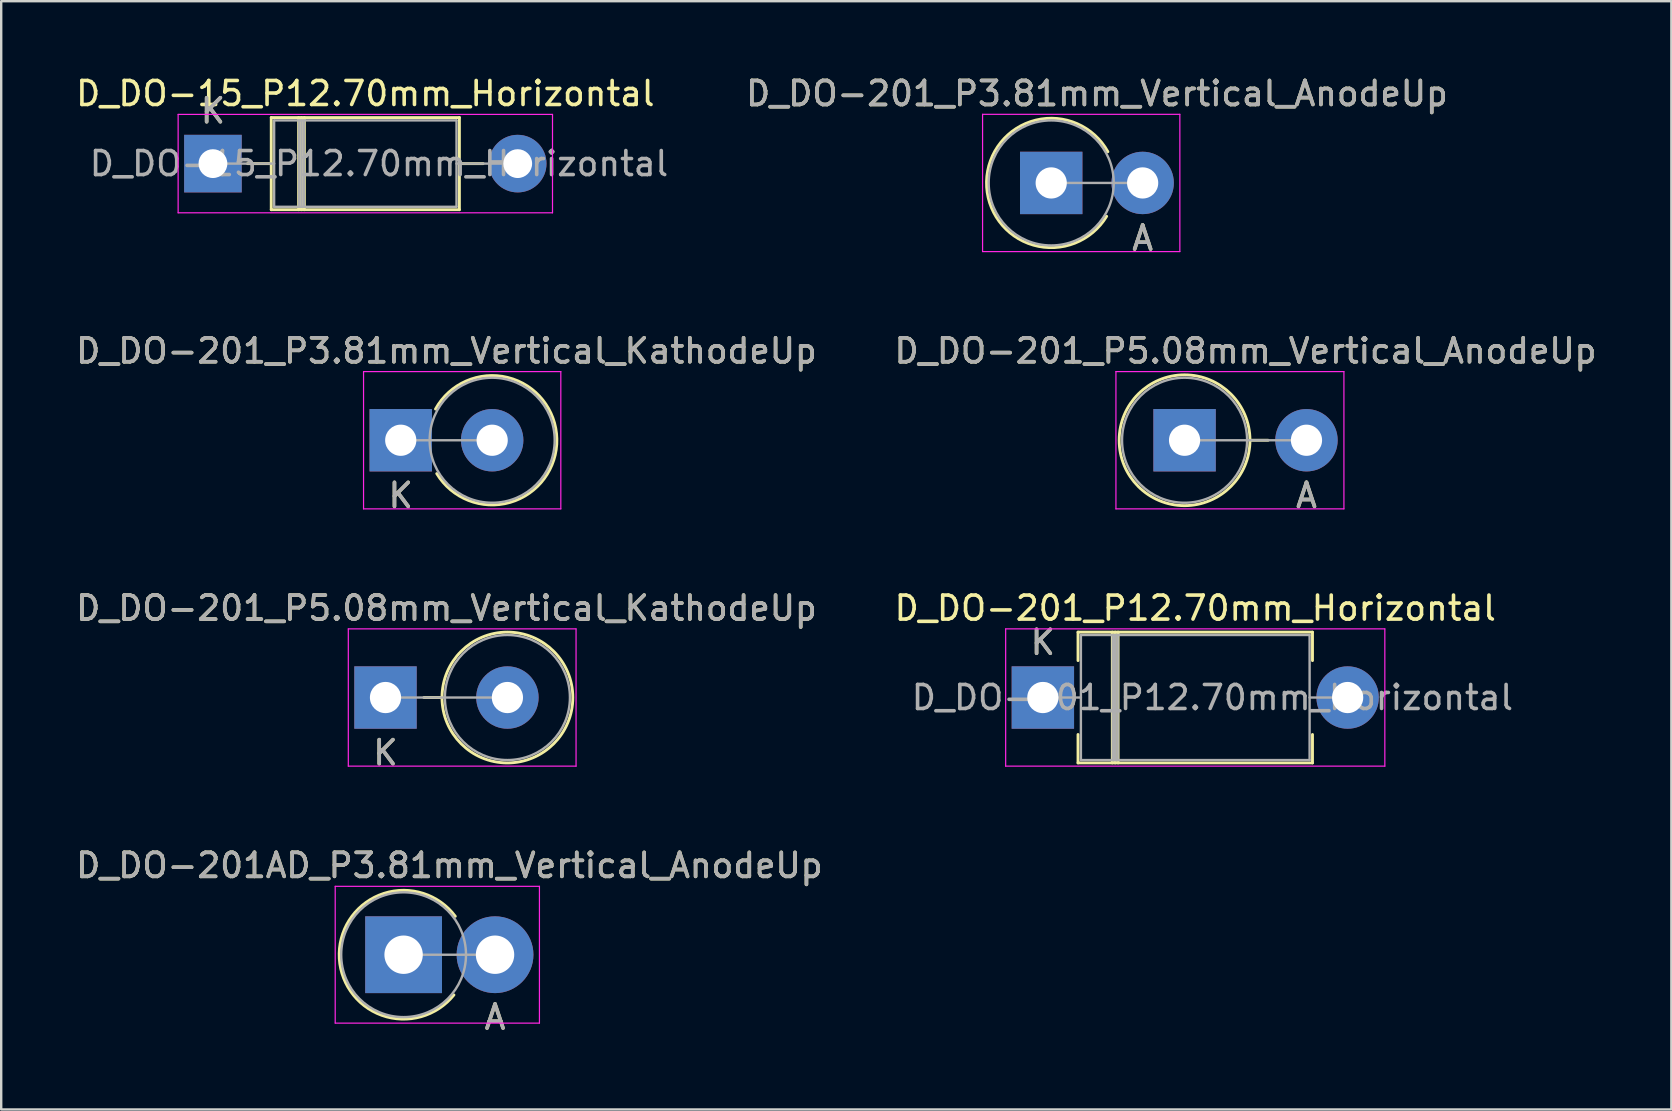
<source format=kicad_pcb>
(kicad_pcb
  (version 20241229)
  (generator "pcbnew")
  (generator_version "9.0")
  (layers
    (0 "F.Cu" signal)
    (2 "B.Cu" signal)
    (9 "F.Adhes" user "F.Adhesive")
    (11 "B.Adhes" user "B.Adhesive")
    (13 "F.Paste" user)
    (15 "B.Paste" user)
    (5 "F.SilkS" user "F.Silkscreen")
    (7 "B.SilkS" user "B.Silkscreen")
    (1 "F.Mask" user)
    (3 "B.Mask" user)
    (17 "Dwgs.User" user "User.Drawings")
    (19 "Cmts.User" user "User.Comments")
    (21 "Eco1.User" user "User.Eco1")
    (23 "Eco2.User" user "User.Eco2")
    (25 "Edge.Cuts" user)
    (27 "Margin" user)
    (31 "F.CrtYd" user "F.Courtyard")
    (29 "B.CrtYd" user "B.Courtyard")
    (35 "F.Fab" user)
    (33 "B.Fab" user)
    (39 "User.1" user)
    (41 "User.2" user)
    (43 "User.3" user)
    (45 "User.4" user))
  (footprint "D_DO-201_P5.08mm_Vertical_AnodeUp"
    (layer "F.Cu")
    (at 46.311 15.295)
    (property "Reference" "D_DO-201_P5.08mm_Vertical_AnodeUp" (at 2.54 -3.725 0) (layer "F.SilkS") (effects (font (size 1 1) (thickness 0.15))))
    (attr through_hole)
    (fp_line (start 2.725 0) (end 3.48 0) (stroke (width 0.12) (type solid)) (layer "F.SilkS"))
    (fp_circle (center 0 0) (end 2.725 0) (stroke (width 0.12) (type solid)) (fill no) (layer "F.SilkS"))
    (fp_line (start -2.86 -2.86) (end -2.86 2.86) (stroke (width 0.05) (type solid)) (layer "F.CrtYd"))
    (fp_line (start -2.86 2.86) (end 6.64 2.86) (stroke (width 0.05) (type solid)) (layer "F.CrtYd"))
    (fp_line (start 6.64 -2.86) (end -2.86 -2.86) (stroke (width 0.05) (type solid)) (layer "F.CrtYd"))
    (fp_line (start 6.64 2.86) (end 6.64 -2.86) (stroke (width 0.05) (type solid)) (layer "F.CrtYd"))
    (fp_line (start 0 0) (end 5.08 0) (stroke (width 0.1) (type solid)) (layer "F.Fab"))
    (fp_circle (center 0 0) (end 2.605 0) (stroke (width 0.1) (type solid)) (fill no) (layer "F.Fab"))
    (fp_text user "A" (at 5.08 2.3 0) (layer "F.SilkS") (effects (font (size 1 1) (thickness 0.15))))
    (fp_text user "A" (at 5.08 2.3 0) (layer "F.Fab") (effects (font (size 1 1) (thickness 0.15))))
    (fp_text user "${REFERENCE}" (at 2.54 -3.725 0) (layer "F.Fab") (effects (font (size 1 1) (thickness 0.15))))
    (pad "1" thru_hole rect (at 0 0) (size 2.6 2.6) (drill 1.3) (layers "*.Cu" "*.Mask"))
    (pad "2" thru_hole oval (at 5.08 0) (size 2.6 2.6) (drill 1.3) (layers "*.Cu" "*.Mask")))
  (footprint "D_DO-201_P3.81mm_Vertical_KathodeUp"
    (layer "F.Cu")
    (at 13.649 15.295)
    (property "Reference" "D_DO-201_P3.81mm_Vertical_KathodeUp" (at 1.905 -3.725 0) (layer "F.SilkS") (effects (font (size 1 1) (thickness 0.15))))
    (attr through_hole)
    (fp_arc (start 1.448639 -1.3) (mid 6.505054 -0.052035) (end 1.50058 1.390181) (stroke (width 0.12) (type solid)) (layer "F.SilkS"))
    (fp_line (start -1.55 -2.86) (end -1.55 2.86) (stroke (width 0.05) (type solid)) (layer "F.CrtYd"))
    (fp_line (start -1.55 2.86) (end 6.67 2.86) (stroke (width 0.05) (type solid)) (layer "F.CrtYd"))
    (fp_line (start 6.67 -2.86) (end -1.55 -2.86) (stroke (width 0.05) (type solid)) (layer "F.CrtYd"))
    (fp_line (start 6.67 2.86) (end 6.67 -2.86) (stroke (width 0.05) (type solid)) (layer "F.CrtYd"))
    (fp_line (start 0 0) (end 3.81 0) (stroke (width 0.1) (type solid)) (layer "F.Fab"))
    (fp_circle (center 3.81 0) (end 6.415 0) (stroke (width 0.1) (type solid)) (fill no) (layer "F.Fab"))
    (fp_text user "K" (at 0 2.3 0) (layer "F.SilkS") (effects (font (size 1 1) (thickness 0.15))))
    (fp_text user "${REFERENCE}" (at 1.905 -3.725 0) (layer "F.Fab") (effects (font (size 1 1) (thickness 0.15))))
    (fp_text user "K" (at 0 2.3 0) (layer "F.Fab") (effects (font (size 1 1) (thickness 0.15))))
    (pad "1" thru_hole rect (at 0 0) (size 2.6 2.6) (drill 1.3) (layers "*.Cu" "*.Mask"))
    (pad "2" thru_hole oval (at 3.81 0) (size 2.6 2.6) (drill 1.3) (layers "*.Cu" "*.Mask")))
  (footprint "D_DO-201_P3.81mm_Vertical_AnodeUp"
    (layer "F.Cu")
    (at 40.754 4.573)
    (property "Reference" "D_DO-201_P3.81mm_Vertical_AnodeUp" (at 1.905 -3.725 0) (layer "F.SilkS") (effects (font (size 1 1) (thickness 0.15))))
    (attr through_hole)
    (fp_arc (start 2.30942 1.390181) (mid -2.695054 -0.052035) (end 2.361361 -1.3) (stroke (width 0.12) (type solid)) (layer "F.SilkS"))
    (fp_line (start -2.86 -2.86) (end -2.86 2.86) (stroke (width 0.05) (type solid)) (layer "F.CrtYd"))
    (fp_line (start -2.86 2.86) (end 5.36 2.86) (stroke (width 0.05) (type solid)) (layer "F.CrtYd"))
    (fp_line (start 5.36 -2.86) (end -2.86 -2.86) (stroke (width 0.05) (type solid)) (layer "F.CrtYd"))
    (fp_line (start 5.36 2.86) (end 5.36 -2.86) (stroke (width 0.05) (type solid)) (layer "F.CrtYd"))
    (fp_line (start 0 0) (end 3.81 0) (stroke (width 0.1) (type solid)) (layer "F.Fab"))
    (fp_circle (center 0 0) (end 2.605 0) (stroke (width 0.1) (type solid)) (fill no) (layer "F.Fab"))
    (fp_text user "A" (at 3.81 2.3 0) (layer "F.SilkS") (effects (font (size 1 1) (thickness 0.15))))
    (fp_text user "A" (at 3.81 2.3 0) (layer "F.Fab") (effects (font (size 1 1) (thickness 0.15))))
    (fp_text user "${REFERENCE}" (at 1.905 -3.725 0) (layer "F.Fab") (effects (font (size 1 1) (thickness 0.15))))
    (pad "1" thru_hole rect (at 0 0) (size 2.6 2.6) (drill 1.3) (layers "*.Cu" "*.Mask"))
    (pad "2" thru_hole oval (at 3.81 0) (size 2.6 2.6) (drill 1.3) (layers "*.Cu" "*.Mask")))
  (footprint "D_DO-201_P12.70mm_Horizontal"
    (layer "F.Cu")
    (at 40.406 26.016)
    (property "Reference" "D_DO-201_P12.70mm_Horizontal" (at 6.35 -3.725 0) (layer "F.SilkS") (effects (font (size 1 1) (thickness 0.15))))
    (attr through_hole)
    (fp_line (start 1.465 -2.725) (end 11.235 -2.725) (stroke (width 0.12) (type solid)) (layer "F.SilkS"))
    (fp_line (start 1.465 -1.54) (end 1.465 -2.725) (stroke (width 0.12) (type solid)) (layer "F.SilkS"))
    (fp_line (start 1.465 1.54) (end 1.465 2.725) (stroke (width 0.12) (type solid)) (layer "F.SilkS"))
    (fp_line (start 1.465 2.725) (end 11.235 2.725) (stroke (width 0.12) (type solid)) (layer "F.SilkS"))
    (fp_line (start 2.894 -2.725) (end 2.894 2.725) (stroke (width 0.12) (type solid)) (layer "F.SilkS"))
    (fp_line (start 3.014 -2.725) (end 3.014 2.725) (stroke (width 0.12) (type solid)) (layer "F.SilkS"))
    (fp_line (start 3.135 -2.725) (end 3.135 2.725) (stroke (width 0.12) (type solid)) (layer "F.SilkS"))
    (fp_line (start 11.235 -2.725) (end 11.235 -1.54) (stroke (width 0.12) (type solid)) (layer "F.SilkS"))
    (fp_line (start 11.235 2.725) (end 11.235 1.54) (stroke (width 0.12) (type solid)) (layer "F.SilkS"))
    (fp_line (start -1.55 -2.86) (end -1.55 2.86) (stroke (width 0.05) (type solid)) (layer "F.CrtYd"))
    (fp_line (start -1.55 2.86) (end 14.25 2.86) (stroke (width 0.05) (type solid)) (layer "F.CrtYd"))
    (fp_line (start 14.25 -2.86) (end -1.55 -2.86) (stroke (width 0.05) (type solid)) (layer "F.CrtYd"))
    (fp_line (start 14.25 2.86) (end 14.25 -2.86) (stroke (width 0.05) (type solid)) (layer "F.CrtYd"))
    (fp_line (start 0 0) (end 1.585 0) (stroke (width 0.1) (type solid)) (layer "F.Fab"))
    (fp_line (start 1.585 -2.605) (end 1.585 2.605) (stroke (width 0.1) (type solid)) (layer "F.Fab"))
    (fp_line (start 1.585 2.605) (end 11.115 2.605) (stroke (width 0.1) (type solid)) (layer "F.Fab"))
    (fp_line (start 2.914 -2.605) (end 2.914 2.605) (stroke (width 0.1) (type solid)) (layer "F.Fab"))
    (fp_line (start 3.014 -2.605) (end 3.014 2.605) (stroke (width 0.1) (type solid)) (layer "F.Fab"))
    (fp_line (start 3.115 -2.605) (end 3.115 2.605) (stroke (width 0.1) (type solid)) (layer "F.Fab"))
    (fp_line (start 11.115 -2.605) (end 1.585 -2.605) (stroke (width 0.1) (type solid)) (layer "F.Fab"))
    (fp_line (start 11.115 2.605) (end 11.115 -2.605) (stroke (width 0.1) (type solid)) (layer "F.Fab"))
    (fp_line (start 12.7 0) (end 11.115 0) (stroke (width 0.1) (type solid)) (layer "F.Fab"))
    (fp_text user "K" (at 0 -2.3 0) (layer "F.SilkS") (effects (font (size 1 1) (thickness 0.15))))
    (fp_text user "K" (at 0 -2.3 0) (layer "F.Fab") (effects (font (size 1 1) (thickness 0.15))))
    (fp_text user "${REFERENCE}" (at 7.065 0 0) (layer "F.Fab") (effects (font (size 1 1) (thickness 0.15))))
    (pad "1" thru_hole rect (at 0 0) (size 2.6 2.6) (drill 1.3) (layers "*.Cu" "*.Mask"))
    (pad "2" thru_hole oval (at 12.7 0) (size 2.6 2.6) (drill 1.3) (layers "*.Cu" "*.Mask")))
  (footprint "D_DO-201_P5.08mm_Vertical_KathodeUp"
    (layer "F.Cu")
    (at 13.014 26.016)
    (property "Reference" "D_DO-201_P5.08mm_Vertical_KathodeUp" (at 2.54 -3.725 0) (layer "F.SilkS") (effects (font (size 1 1) (thickness 0.15))))
    (attr through_hole)
    (fp_line (start 2.355 0) (end 1.6 0) (stroke (width 0.12) (type solid)) (layer "F.SilkS"))
    (fp_circle (center 5.08 0) (end 7.805 0) (stroke (width 0.12) (type solid)) (fill no) (layer "F.SilkS"))
    (fp_line (start -1.55 -2.86) (end -1.55 2.86) (stroke (width 0.05) (type solid)) (layer "F.CrtYd"))
    (fp_line (start -1.55 2.86) (end 7.94 2.86) (stroke (width 0.05) (type solid)) (layer "F.CrtYd"))
    (fp_line (start 7.94 -2.86) (end -1.55 -2.86) (stroke (width 0.05) (type solid)) (layer "F.CrtYd"))
    (fp_line (start 7.94 2.86) (end 7.94 -2.86) (stroke (width 0.05) (type solid)) (layer "F.CrtYd"))
    (fp_line (start 0 0) (end 5.08 0) (stroke (width 0.1) (type solid)) (layer "F.Fab"))
    (fp_circle (center 5.08 0) (end 7.685 0) (stroke (width 0.1) (type solid)) (fill no) (layer "F.Fab"))
    (fp_text user "K" (at 0 2.3 0) (layer "F.SilkS") (effects (font (size 1 1) (thickness 0.15))))
    (fp_text user "K" (at 0 2.3 0) (layer "F.Fab") (effects (font (size 1 1) (thickness 0.15))))
    (fp_text user "${REFERENCE}" (at 2.54 -3.725 0) (layer "F.Fab") (effects (font (size 1 1) (thickness 0.15))))
    (pad "1" thru_hole rect (at 0 0) (size 2.6 2.6) (drill 1.3) (layers "*.Cu" "*.Mask"))
    (pad "2" thru_hole oval (at 5.08 0) (size 2.6 2.6) (drill 1.3) (layers "*.Cu" "*.Mask")))
  (footprint "D_DO-15_P12.70mm_Horizontal"
    (layer "F.Cu")
    (at 5.823 3.768)
    (property "Reference" "D_DO-15_P12.70mm_Horizontal" (at 6.35 -2.92 0) (layer "F.SilkS") (effects (font (size 1 1) (thickness 0.15))))
    (attr through_hole)
    (fp_line (start 1.44 0) (end 2.43 0) (stroke (width 0.12) (type solid)) (layer "F.SilkS"))
    (fp_line (start 2.43 -1.92) (end 2.43 1.92) (stroke (width 0.12) (type solid)) (layer "F.SilkS"))
    (fp_line (start 2.43 1.92) (end 10.27 1.92) (stroke (width 0.12) (type solid)) (layer "F.SilkS"))
    (fp_line (start 3.57 -1.92) (end 3.57 1.92) (stroke (width 0.12) (type solid)) (layer "F.SilkS"))
    (fp_line (start 3.69 -1.92) (end 3.69 1.92) (stroke (width 0.12) (type solid)) (layer "F.SilkS"))
    (fp_line (start 3.81 -1.92) (end 3.81 1.92) (stroke (width 0.12) (type solid)) (layer "F.SilkS"))
    (fp_line (start 10.27 -1.92) (end 2.43 -1.92) (stroke (width 0.12) (type solid)) (layer "F.SilkS"))
    (fp_line (start 10.27 1.92) (end 10.27 -1.92) (stroke (width 0.12) (type solid)) (layer "F.SilkS"))
    (fp_line (start 11.26 0) (end 10.27 0) (stroke (width 0.12) (type solid)) (layer "F.SilkS"))
    (fp_line (start -1.45 -2.05) (end -1.45 2.05) (stroke (width 0.05) (type solid)) (layer "F.CrtYd"))
    (fp_line (start -1.45 2.05) (end 14.15 2.05) (stroke (width 0.05) (type solid)) (layer "F.CrtYd"))
    (fp_line (start 14.15 -2.05) (end -1.45 -2.05) (stroke (width 0.05) (type solid)) (layer "F.CrtYd"))
    (fp_line (start 14.15 2.05) (end 14.15 -2.05) (stroke (width 0.05) (type solid)) (layer "F.CrtYd"))
    (fp_line (start 0 0) (end 2.55 0) (stroke (width 0.1) (type solid)) (layer "F.Fab"))
    (fp_line (start 2.55 -1.8) (end 2.55 1.8) (stroke (width 0.1) (type solid)) (layer "F.Fab"))
    (fp_line (start 2.55 1.8) (end 10.15 1.8) (stroke (width 0.1) (type solid)) (layer "F.Fab"))
    (fp_line (start 3.59 -1.8) (end 3.59 1.8) (stroke (width 0.1) (type solid)) (layer "F.Fab"))
    (fp_line (start 3.69 -1.8) (end 3.69 1.8) (stroke (width 0.1) (type solid)) (layer "F.Fab"))
    (fp_line (start 3.79 -1.8) (end 3.79 1.8) (stroke (width 0.1) (type solid)) (layer "F.Fab"))
    (fp_line (start 10.15 -1.8) (end 2.55 -1.8) (stroke (width 0.1) (type solid)) (layer "F.Fab"))
    (fp_line (start 10.15 1.8) (end 10.15 -1.8) (stroke (width 0.1) (type solid)) (layer "F.Fab"))
    (fp_line (start 12.7 0) (end 10.15 0) (stroke (width 0.1) (type solid)) (layer "F.Fab"))
    (fp_text user "K" (at 0 -2.2 0) (layer "F.SilkS") (effects (font (size 1 1) (thickness 0.15))))
    (fp_text user "${REFERENCE}" (at 6.92 0 0) (layer "F.Fab") (effects (font (size 1 1) (thickness 0.15))))
    (fp_text user "K" (at 0 -2.2 0) (layer "F.Fab") (effects (font (size 1 1) (thickness 0.15))))
    (pad "1" thru_hole rect (at 0 0) (size 2.4 2.4) (drill 1.2) (layers "*.Cu" "*.Mask"))
    (pad "2" thru_hole oval (at 12.7 0) (size 2.4 2.4) (drill 1.2) (layers "*.Cu" "*.Mask")))
  (footprint "D_DO-201AD_P3.81mm_Vertical_AnodeUp"
    (layer "F.Cu")
    (at 13.768 36.733)
    (property "Reference" "D_DO-201AD_P3.81mm_Vertical_AnodeUp" (at 1.905 -3.72 0) (layer "F.SilkS") (effects (font (size 1 1) (thickness 0.15))))
    (attr through_hole)
    (fp_arc (start 2.096636 1.675386) (mid -2.683382 -0.047582) (end 2.154716 -1.6) (stroke (width 0.12) (type solid)) (layer "F.SilkS"))
    (fp_line (start -2.85 -2.85) (end -2.85 2.85) (stroke (width 0.05) (type solid)) (layer "F.CrtYd"))
    (fp_line (start -2.85 2.85) (end 5.66 2.85) (stroke (width 0.05) (type solid)) (layer "F.CrtYd"))
    (fp_line (start 5.66 -2.85) (end -2.85 -2.85) (stroke (width 0.05) (type solid)) (layer "F.CrtYd"))
    (fp_line (start 5.66 2.85) (end 5.66 -2.85) (stroke (width 0.05) (type solid)) (layer "F.CrtYd"))
    (fp_line (start 0 0) (end 3.81 0) (stroke (width 0.1) (type solid)) (layer "F.Fab"))
    (fp_circle (center 0 0) (end 2.6 0) (stroke (width 0.1) (type solid)) (fill no) (layer "F.Fab"))
    (fp_text user "A" (at 3.81 2.6 0) (layer "F.SilkS") (effects (font (size 1 1) (thickness 0.15))))
    (fp_text user "A" (at 3.81 2.6 0) (layer "F.Fab") (effects (font (size 1 1) (thickness 0.15))))
    (fp_text user "${REFERENCE}" (at 1.905 -3.72 0) (layer "F.Fab") (effects (font (size 1 1) (thickness 0.15))))
    (pad "1" thru_hole rect (at 0 0) (size 3.2 3.2) (drill 1.6) (layers "*.Cu" "*.Mask"))
    (pad "2" thru_hole oval (at 3.81 0) (size 3.2 3.2) (drill 1.6) (layers "*.Cu" "*.Mask")))
  (gr_rect
    (start -3 -3)
    (end 66.595 43.181)
    (stroke (width 0.1) (type default))
    (fill no)
    (layer "Edge.Cuts")))
</source>
